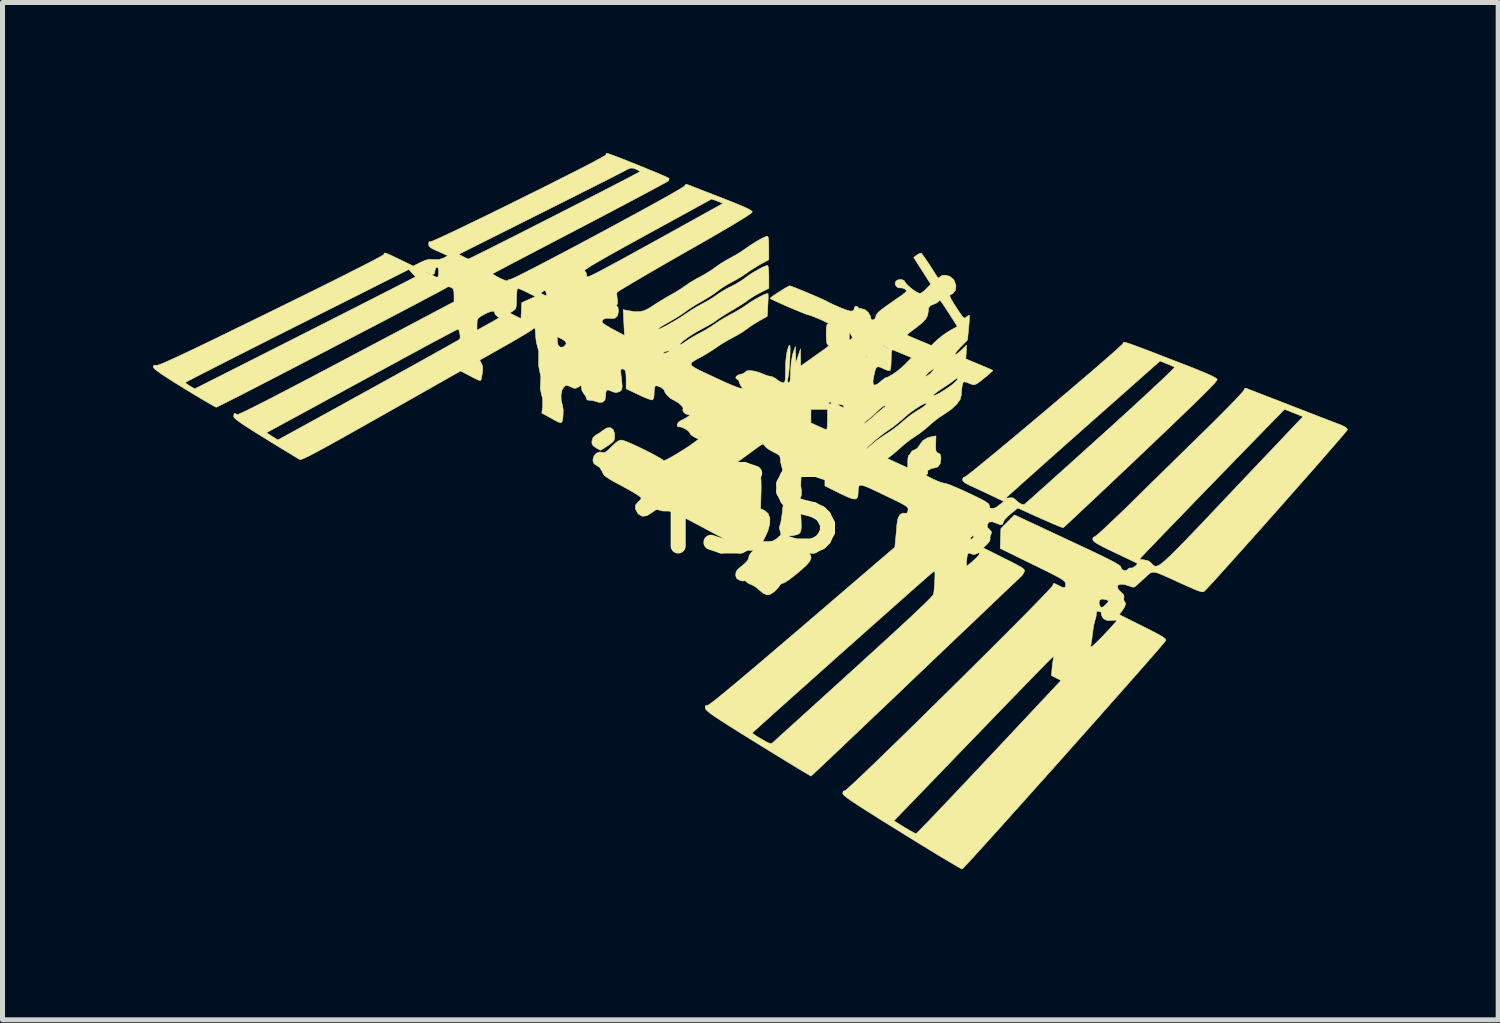
<source format=kicad_pcb>
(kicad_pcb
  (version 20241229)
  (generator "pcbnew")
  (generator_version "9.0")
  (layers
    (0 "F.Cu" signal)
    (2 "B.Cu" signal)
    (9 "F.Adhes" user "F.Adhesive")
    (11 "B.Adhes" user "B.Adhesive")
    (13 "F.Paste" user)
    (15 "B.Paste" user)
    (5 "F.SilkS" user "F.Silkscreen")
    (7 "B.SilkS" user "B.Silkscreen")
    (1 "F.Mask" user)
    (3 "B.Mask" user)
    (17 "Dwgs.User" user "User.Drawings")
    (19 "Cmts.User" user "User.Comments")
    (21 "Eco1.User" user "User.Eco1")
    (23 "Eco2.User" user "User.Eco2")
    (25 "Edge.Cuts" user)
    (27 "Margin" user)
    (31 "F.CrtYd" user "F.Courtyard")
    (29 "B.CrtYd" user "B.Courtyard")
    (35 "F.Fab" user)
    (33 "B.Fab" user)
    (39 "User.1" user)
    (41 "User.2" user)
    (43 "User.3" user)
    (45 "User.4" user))
  (footprint "ISS"
    (layer "F.Cu")
    (at 11.918 7.142)
    (property "Reference" "ISS" (at 0 0 0) (layer "F.SilkS") (effects (font (size 1.524 1.524) (thickness 0.3))))
    (attr through_hole)
    (fp_poly (pts (xy -2.75 -1.634) (xy -2.721 -1.558) (xy -2.718 -1.512) (xy -2.72 -1.449) (xy -2.735 -1.406) (xy -2.771 -1.368) (xy -2.839 -1.319) (xy -2.854 -1.309) (xy -2.925 -1.263) (xy -2.978 -1.23) (xy -3 -1.219) (xy -3.026 -1.231) (xy -3.078 -1.261) (xy -3.094 -1.271) (xy -3.15 -1.312) (xy -3.171 -1.357) (xy -3.17 -1.403) (xy -3.147 -1.475) (xy -3.087 -1.523) (xy -3.017 -1.565) (xy -2.962 -1.606) (xy -2.877 -1.661) (xy -2.804 -1.669) (xy -2.75 -1.634)) (stroke (width 0.01) (type solid)) (fill yes) (layer "F.SilkS"))
    (fp_poly (pts (xy 9.902 -2.44) (xy 9.982 -2.409) (xy 10.096 -2.365) (xy 10.238 -2.31) (xy 10.401 -2.247) (xy 10.579 -2.178) (xy 10.764 -2.106) (xy 10.952 -2.033) (xy 11.134 -1.962) (xy 11.305 -1.896) (xy 11.458 -1.837) (xy 11.587 -1.787) (xy 11.684 -1.75) (xy 11.744 -1.727) (xy 11.754 -1.723) (xy 11.842 -1.682) (xy 11.883 -1.644) (xy 11.887 -1.628) (xy 11.871 -1.605) (xy 11.823 -1.548) (xy 11.748 -1.459) (xy 11.648 -1.343) (xy 11.526 -1.203) (xy 11.385 -1.041) (xy 11.229 -0.862) (xy 11.059 -0.67) (xy 10.879 -0.466) (xy 10.693 -0.255) (xy 10.503 -0.04) (xy 10.312 0.175) (xy 10.123 0.388) (xy 9.939 0.594) (xy 9.764 0.791) (xy 9.599 0.974) (xy 9.449 1.141) (xy 9.316 1.289) (xy 9.203 1.413) (xy 9.113 1.51) (xy 9.049 1.578) (xy 9.045 1.582) (xy 9.027 1.597) (xy 9.006 1.604) (xy 8.973 1.601) (xy 8.922 1.586) (xy 8.847 1.556) (xy 8.741 1.51) (xy 8.596 1.445) (xy 8.571 1.434) (xy 8.396 1.354) (xy 8.261 1.293) (xy 8.159 1.25) (xy 8.085 1.223) (xy 8.03 1.212) (xy 7.988 1.215) (xy 7.953 1.231) (xy 7.918 1.26) (xy 7.876 1.3) (xy 7.854 1.32) (xy 7.778 1.388) (xy 7.713 1.448) (xy 7.671 1.485) (xy 7.668 1.488) (xy 7.635 1.51) (xy 7.595 1.508) (xy 7.536 1.486) (xy 7.436 1.456) (xy 7.36 1.452) (xy 7.313 1.471) (xy 7.3 1.51) (xy 7.327 1.563) (xy 7.368 1.602) (xy 7.421 1.654) (xy 7.436 1.699) (xy 7.432 1.721) (xy 7.429 1.769) (xy 7.441 1.79) (xy 7.466 1.832) (xy 7.45 1.898) (xy 7.403 1.972) (xy 7.339 2.057) (xy 7.809 2.292) (xy 7.969 2.372) (xy 8.088 2.434) (xy 8.172 2.48) (xy 8.226 2.515) (xy 8.256 2.541) (xy 8.266 2.562) (xy 8.265 2.575) (xy 8.246 2.6) (xy 8.196 2.66) (xy 8.118 2.752) (xy 8.013 2.872) (xy 7.884 3.02) (xy 7.735 3.19) (xy 7.566 3.381) (xy 7.382 3.59) (xy 7.184 3.813) (xy 6.976 4.049) (xy 6.759 4.293) (xy 6.536 4.544) (xy 6.309 4.799) (xy 6.082 5.054) (xy 5.857 5.306) (xy 5.635 5.554) (xy 5.421 5.794) (xy 5.216 6.022) (xy 5.023 6.238) (xy 4.844 6.436) (xy 4.682 6.616) (xy 4.539 6.773) (xy 4.419 6.905) (xy 4.323 7.009) (xy 4.254 7.083) (xy 4.215 7.122) (xy 4.207 7.129) (xy 4.181 7.117) (xy 4.115 7.08) (xy 4.015 7.021) (xy 3.883 6.943) (xy 3.725 6.848) (xy 3.543 6.737) (xy 3.343 6.615) (xy 3.128 6.482) (xy 3.004 6.405) (xy 2.745 6.244) (xy 2.62 6.167) (xy 2.848 6.167) (xy 3.056 6.296) (xy 3.148 6.351) (xy 3.225 6.394) (xy 3.276 6.42) (xy 3.289 6.424) (xy 3.31 6.405) (xy 3.363 6.353) (xy 3.446 6.268) (xy 3.555 6.155) (xy 3.688 6.016) (xy 3.843 5.853) (xy 4.017 5.67) (xy 4.208 5.468) (xy 4.412 5.252) (xy 4.627 5.023) (xy 4.747 4.896) (xy 6.178 3.37) (xy 6.083 3.321) (xy 5.988 3.272) (xy 6.001 3.116) (xy 6.011 3.023) (xy 6.024 2.946) (xy 6.033 2.908) (xy 6.037 2.898) (xy 6.039 2.89) (xy 6.036 2.888) (xy 6.027 2.893) (xy 6.01 2.907) (xy 5.983 2.932) (xy 5.943 2.97) (xy 5.889 3.024) (xy 5.819 3.095) (xy 5.73 3.185) (xy 5.621 3.297) (xy 5.49 3.433) (xy 5.334 3.594) (xy 5.151 3.782) (xy 4.94 4) (xy 4.699 4.25) (xy 4.424 4.534) (xy 4.323 4.639) (xy 2.848 6.167) (xy 2.62 6.167) (xy 2.526 6.108) (xy 2.344 5.993) (xy 2.196 5.899) (xy 2.078 5.822) (xy 1.987 5.761) (xy 1.92 5.713) (xy 1.875 5.677) (xy 1.846 5.65) (xy 1.832 5.63) (xy 1.829 5.617) (xy 1.839 5.574) (xy 1.866 5.571) (xy 1.889 5.556) (xy 1.945 5.507) (xy 2.032 5.428) (xy 2.146 5.321) (xy 2.285 5.189) (xy 2.446 5.035) (xy 2.626 4.861) (xy 2.822 4.67) (xy 3.033 4.465) (xy 3.254 4.249) (xy 3.483 4.024) (xy 3.718 3.793) (xy 3.955 3.559) (xy 4.192 3.325) (xy 4.427 3.092) (xy 4.655 2.865) (xy 4.829 2.692) (xy 6.768 2.692) (xy 6.774 2.704) (xy 6.811 2.68) (xy 6.879 2.618) (xy 6.978 2.519) (xy 7.019 2.477) (xy 7.112 2.378) (xy 7.191 2.293) (xy 7.25 2.226) (xy 7.284 2.186) (xy 7.289 2.178) (xy 7.267 2.169) (xy 7.212 2.171) (xy 7.188 2.175) (xy 7.094 2.173) (xy 7.024 2.139) (xy 6.988 2.079) (xy 6.985 2.053) (xy 6.98 2.014) (xy 6.974 2.007) (xy 6.945 1.999) (xy 6.924 1.991) (xy 6.893 1.992) (xy 6.883 2.033) (xy 6.883 2.04) (xy 6.874 2.113) (xy 6.855 2.176) (xy 6.838 2.237) (xy 6.821 2.329) (xy 6.807 2.433) (xy 6.806 2.438) (xy 6.794 2.541) (xy 6.78 2.631) (xy 6.769 2.69) (xy 6.768 2.692) (xy 4.829 2.692) (xy 4.875 2.646) (xy 5.084 2.437) (xy 5.279 2.241) (xy 5.458 2.061) (xy 5.616 1.9) (xy 5.709 1.805) (xy 6.937 1.805) (xy 6.942 1.861) (xy 6.962 1.895) (xy 6.987 1.914) (xy 7.018 1.904) (xy 7.065 1.863) (xy 7.107 1.817) (xy 7.125 1.786) (xy 7.124 1.781) (xy 7.093 1.765) (xy 7.028 1.751) (xy 6.998 1.747) (xy 6.957 1.761) (xy 6.937 1.805) (xy 5.709 1.805) (xy 5.753 1.76) (xy 5.864 1.644) (xy 5.947 1.556) (xy 6 1.497) (xy 6.02 1.47) (xy 6.02 1.469) (xy 6.023 1.441) (xy 6.039 1.436) (xy 6.082 1.453) (xy 6.12 1.473) (xy 6.202 1.511) (xy 6.249 1.52) (xy 6.269 1.499) (xy 6.269 1.448) (xy 6.265 1.425) (xy 6.254 1.403) (xy 6.23 1.379) (xy 6.191 1.351) (xy 6.129 1.314) (xy 6.04 1.267) (xy 5.92 1.206) (xy 5.762 1.128) (xy 5.613 1.055) (xy 4.966 0.738) (xy 4.98 0.343) (xy 5.116 0.207) (xy 5.251 0.071) (xy 6.315 0.568) (xy 6.569 0.687) (xy 6.78 0.786) (xy 6.953 0.869) (xy 7.09 0.936) (xy 7.195 0.989) (xy 7.272 1.031) (xy 7.325 1.063) (xy 7.357 1.086) (xy 7.371 1.104) (xy 7.373 1.114) (xy 7.389 1.153) (xy 7.431 1.177) (xy 7.479 1.178) (xy 7.511 1.152) (xy 7.511 1.152) (xy 7.543 1.128) (xy 7.568 1.13) (xy 7.604 1.124) (xy 7.649 1.099) (xy 7.685 1.067) (xy 7.698 1.039) (xy 7.694 1.034) (xy 7.669 1.021) (xy 7.605 0.99) (xy 7.51 0.944) (xy 7.507 0.943) (xy 7.751 0.943) (xy 7.767 0.958) (xy 7.818 0.965) (xy 7.829 0.965) (xy 7.922 0.987) (xy 7.976 1.029) (xy 7.998 1.053) (xy 8.019 1.074) (xy 8.041 1.088) (xy 8.065 1.094) (xy 8.095 1.089) (xy 8.133 1.072) (xy 8.18 1.039) (xy 8.24 0.991) (xy 8.315 0.923) (xy 8.408 0.834) (xy 8.519 0.722) (xy 8.653 0.585) (xy 8.811 0.42) (xy 8.996 0.227) (xy 9.21 0.001) (xy 9.455 -0.258) (xy 9.588 -0.399) (xy 11.001 -1.889) (xy 10.817 -1.962) (xy 10.633 -2.035) (xy 10.49 -1.887) (xy 10.25 -1.642) (xy 10.007 -1.392) (xy 9.764 -1.143) (xy 9.524 -0.895) (xy 9.288 -0.652) (xy 9.059 -0.416) (xy 8.84 -0.191) (xy 8.635 0.022) (xy 8.444 0.22) (xy 8.271 0.399) (xy 8.118 0.557) (xy 7.989 0.692) (xy 7.884 0.801) (xy 7.809 0.881) (xy 7.763 0.929) (xy 7.751 0.943) (xy 7.507 0.943) (xy 7.391 0.888) (xy 7.255 0.823) (xy 7.252 0.822) (xy 7.093 0.746) (xy 6.976 0.686) (xy 6.895 0.641) (xy 6.844 0.606) (xy 6.818 0.579) (xy 6.812 0.563) (xy 6.819 0.517) (xy 6.844 0.508) (xy 6.87 0.491) (xy 6.929 0.442) (xy 7.015 0.365) (xy 7.123 0.264) (xy 7.251 0.143) (xy 7.393 0.007) (xy 7.538 -0.134) (xy 7.708 -0.301) (xy 7.905 -0.495) (xy 8.121 -0.707) (xy 8.347 -0.928) (xy 8.574 -1.151) (xy 8.794 -1.365) (xy 8.996 -1.564) (xy 9.004 -1.571) (xy 9.173 -1.737) (xy 9.33 -1.894) (xy 9.472 -2.037) (xy 9.596 -2.163) (xy 9.696 -2.268) (xy 9.77 -2.348) (xy 9.814 -2.399) (xy 9.825 -2.417) (xy 9.844 -2.453) (xy 9.864 -2.456) (xy 9.902 -2.44)) (stroke (width 0.01) (type solid)) (fill yes) (layer "F.SilkS"))
    (fp_poly (pts (xy -2.839 -7.128) (xy -2.769 -7.103) (xy -2.667 -7.065) (xy -2.543 -7.017) (xy -2.403 -6.961) (xy -2.255 -6.902) (xy -2.108 -6.842) (xy -1.968 -6.785) (xy -1.843 -6.733) (xy -1.74 -6.689) (xy -1.669 -6.657) (xy -1.635 -6.639) (xy -1.633 -6.638) (xy -1.639 -6.6) (xy -1.645 -6.589) (xy -1.67 -6.573) (xy -1.737 -6.535) (xy -1.841 -6.478) (xy -1.981 -6.403) (xy -2.151 -6.312) (xy -2.349 -6.207) (xy -2.571 -6.089) (xy -2.814 -5.961) (xy -3.074 -5.824) (xy -3.348 -5.681) (xy -3.404 -5.652) (xy -3.679 -5.508) (xy -3.942 -5.371) (xy -4.188 -5.242) (xy -4.413 -5.124) (xy -4.616 -5.018) (xy -4.791 -4.926) (xy -4.935 -4.85) (xy -5.046 -4.792) (xy -5.119 -4.753) (xy -5.151 -4.736) (xy -5.152 -4.735) (xy -5.136 -4.721) (xy -5.085 -4.691) (xy -5.01 -4.651) (xy -5.006 -4.649) (xy -4.93 -4.614) (xy -4.874 -4.595) (xy -4.851 -4.596) (xy -4.851 -4.597) (xy -4.83 -4.618) (xy -4.799 -4.623) (xy -4.765 -4.635) (xy -4.692 -4.668) (xy -4.583 -4.722) (xy -4.443 -4.793) (xy -4.437 -4.796) (xy -3.317 -4.796) (xy -3.316 -4.795) (xy -3.285 -4.754) (xy -3.277 -4.711) (xy -3.275 -4.687) (xy -3.264 -4.675) (xy -3.238 -4.679) (xy -3.189 -4.699) (xy -3.109 -4.738) (xy -2.991 -4.799) (xy -2.991 -4.799) (xy -2.91 -4.842) (xy -2.79 -4.907) (xy -2.637 -4.989) (xy -2.458 -5.087) (xy -2.259 -5.197) (xy -2.044 -5.315) (xy -1.821 -5.438) (xy -1.631 -5.543) (xy -0.557 -6.139) (xy -0.67 -6.183) (xy -0.784 -6.226) (xy -2.07 -5.521) (xy -2.359 -5.362) (xy -2.606 -5.226) (xy -2.812 -5.111) (xy -2.98 -5.015) (xy -3.112 -4.939) (xy -3.209 -4.88) (xy -3.274 -4.837) (xy -3.31 -4.81) (xy -3.317 -4.796) (xy -4.437 -4.796) (xy -4.275 -4.879) (xy -4.085 -4.978) (xy -3.875 -5.088) (xy -3.651 -5.206) (xy -3.417 -5.33) (xy -3.176 -5.459) (xy -2.934 -5.589) (xy -2.694 -5.718) (xy -2.46 -5.845) (xy -2.237 -5.966) (xy -2.029 -6.08) (xy -1.839 -6.185) (xy -1.673 -6.277) (xy -1.535 -6.356) (xy -1.429 -6.418) (xy -1.358 -6.461) (xy -1.327 -6.483) (xy -1.326 -6.485) (xy -1.3 -6.518) (xy -1.273 -6.516) (xy -1.239 -6.503) (xy -1.164 -6.474) (xy -1.056 -6.432) (xy -0.92 -6.379) (xy -0.764 -6.318) (xy -0.603 -6.256) (xy -0.403 -6.177) (xy -0.246 -6.114) (xy -0.129 -6.064) (xy -0.048 -6.025) (xy 0.002 -5.996) (xy 0.023 -5.975) (xy 0.025 -5.968) (xy 0.009 -5.949) (xy -0.041 -5.912) (xy -0.126 -5.856) (xy -0.248 -5.781) (xy -0.408 -5.685) (xy -0.607 -5.568) (xy -0.848 -5.429) (xy -1.13 -5.267) (xy -1.319 -5.16) (xy -1.558 -5.023) (xy -1.785 -4.893) (xy -1.994 -4.772) (xy -2.182 -4.662) (xy -2.345 -4.566) (xy -2.48 -4.486) (xy -2.582 -4.424) (xy -2.647 -4.383) (xy -2.673 -4.364) (xy -2.673 -4.363) (xy -2.675 -4.32) (xy -2.668 -4.25) (xy -2.665 -4.23) (xy -2.658 -4.147) (xy -2.676 -4.109) (xy -2.691 -4.093) (xy -2.673 -4.09) (xy -2.651 -4.066) (xy -2.642 -3.999) (xy -2.642 -3.989) (xy -2.658 -3.901) (xy -2.707 -3.852) (xy -2.788 -3.843) (xy -2.822 -3.849) (xy -2.896 -3.849) (xy -2.951 -3.822) (xy -2.972 -3.775) (xy -2.951 -3.751) (xy -2.894 -3.711) (xy -2.811 -3.661) (xy -2.747 -3.626) (xy -2.522 -3.506) (xy -2.535 -3.763) (xy -2.547 -4.02) (xy -2.448 -4.001) (xy -2.316 -3.981) (xy -2.215 -3.98) (xy -2.127 -4.002) (xy -2.034 -4.048) (xy -1.964 -4.093) (xy -1.851 -4.166) (xy -1.723 -4.244) (xy -1.613 -4.307) (xy -1.505 -4.368) (xy -1.395 -4.437) (xy -1.308 -4.497) (xy -1.215 -4.56) (xy -1.103 -4.627) (xy -1.016 -4.674) (xy -0.905 -4.736) (xy -0.788 -4.809) (xy -0.711 -4.864) (xy -0.61 -4.935) (xy -0.492 -5.007) (xy -0.406 -5.054) (xy -0.299 -5.113) (xy -0.189 -5.181) (xy -0.114 -5.233) (xy -0.03 -5.293) (xy 0.066 -5.354) (xy 0.162 -5.411) (xy 0.247 -5.456) (xy 0.308 -5.482) (xy 0.328 -5.486) (xy 0.343 -5.461) (xy 0.352 -5.388) (xy 0.355 -5.268) (xy 0.355 -5.251) (xy 0.355 -5.016) (xy 0.197 -4.93) (xy 0.091 -4.868) (xy -0.018 -4.798) (xy -0.089 -4.748) (xy -0.182 -4.685) (xy -0.294 -4.618) (xy -0.381 -4.571) (xy -0.485 -4.514) (xy -0.59 -4.447) (xy -0.66 -4.395) (xy -0.738 -4.337) (xy -0.841 -4.27) (xy -0.951 -4.204) (xy -0.978 -4.189) (xy -1.087 -4.127) (xy -1.196 -4.058) (xy -1.285 -3.998) (xy -1.301 -3.985) (xy -1.379 -3.93) (xy -1.484 -3.863) (xy -1.597 -3.796) (xy -1.637 -3.773) (xy -1.73 -3.721) (xy -1.803 -3.675) (xy -1.846 -3.643) (xy -1.854 -3.633) (xy -1.834 -3.633) (xy -1.78 -3.655) (xy -1.701 -3.695) (xy -1.605 -3.748) (xy -1.502 -3.808) (xy -1.399 -3.871) (xy -1.307 -3.933) (xy -1.295 -3.941) (xy -1.187 -4.013) (xy -1.067 -4.086) (xy -0.967 -4.14) (xy -0.859 -4.199) (xy -0.747 -4.268) (xy -0.674 -4.32) (xy -0.574 -4.387) (xy -0.46 -4.452) (xy -0.398 -4.482) (xy -0.294 -4.536) (xy -0.183 -4.605) (xy -0.121 -4.65) (xy -0.041 -4.708) (xy 0.054 -4.769) (xy 0.152 -4.825) (xy 0.24 -4.87) (xy 0.306 -4.897) (xy 0.329 -4.902) (xy 0.342 -4.878) (xy 0.351 -4.81) (xy 0.355 -4.704) (xy 0.356 -4.674) (xy 0.356 -4.446) (xy 0.197 -4.366) (xy 0.099 -4.313) (xy 0.006 -4.256) (xy -0.053 -4.215) (xy -0.115 -4.17) (xy -0.206 -4.111) (xy -0.312 -4.046) (xy -0.368 -4.013) (xy -0.475 -3.949) (xy -0.576 -3.886) (xy -0.656 -3.833) (xy -0.684 -3.812) (xy -0.751 -3.765) (xy -0.846 -3.709) (xy -0.949 -3.653) (xy -0.963 -3.646) (xy -1.069 -3.588) (xy -1.175 -3.524) (xy -1.273 -3.458) (xy -1.353 -3.398) (xy -1.406 -3.35) (xy -1.422 -3.322) (xy -1.404 -3.323) (xy -1.357 -3.348) (xy -1.302 -3.386) (xy -1.213 -3.445) (xy -1.104 -3.509) (xy -1.016 -3.556) (xy -0.908 -3.614) (xy -0.797 -3.683) (xy -0.722 -3.734) (xy -0.632 -3.795) (xy -0.521 -3.862) (xy -0.411 -3.922) (xy -0.41 -3.923) (xy -0.296 -3.985) (xy -0.177 -4.057) (xy -0.08 -4.122) (xy 0.002 -4.178) (xy 0.094 -4.234) (xy 0.185 -4.283) (xy 0.263 -4.321) (xy 0.319 -4.341) (xy 0.339 -4.341) (xy 0.342 -4.313) (xy 0.342 -4.246) (xy 0.338 -4.153) (xy 0.336 -4.109) (xy 0.324 -3.887) (xy 0.168 -3.8) (xy 0.07 -3.741) (xy -0.027 -3.677) (xy -0.089 -3.632) (xy -0.164 -3.579) (xy -0.264 -3.518) (xy -0.367 -3.462) (xy -0.368 -3.462) (xy -0.477 -3.403) (xy -0.588 -3.336) (xy -0.673 -3.279) (xy -0.762 -3.218) (xy -0.872 -3.149) (xy -0.978 -3.087) (xy -1.072 -3.037) (xy -1.141 -2.997) (xy -1.184 -2.964) (xy -1.197 -2.933) (xy -1.178 -2.901) (xy -1.124 -2.863) (xy -1.032 -2.814) (xy -0.901 -2.752) (xy -0.727 -2.671) (xy -0.717 -2.666) (xy -0.525 -2.577) (xy -0.375 -2.512) (xy -0.268 -2.47) (xy -0.201 -2.45) (xy -0.173 -2.453) (xy -0.183 -2.478) (xy -0.2 -2.497) (xy -0.226 -2.546) (xy -0.229 -2.568) (xy -0.248 -2.613) (xy -0.267 -2.625) (xy -0.303 -2.654) (xy -0.297 -2.689) (xy -0.252 -2.719) (xy -0.215 -2.729) (xy -0.151 -2.749) (xy -0.113 -2.777) (xy -0.111 -2.782) (xy -0.078 -2.803) (xy -0.011 -2.806) (xy 0.075 -2.794) (xy 0.168 -2.767) (xy 0.234 -2.74) (xy 0.309 -2.709) (xy 0.375 -2.693) (xy 0.387 -2.692) (xy 0.444 -2.676) (xy 0.507 -2.635) (xy 0.513 -2.629) (xy 0.573 -2.586) (xy 0.628 -2.566) (xy 0.634 -2.565) (xy 0.658 -2.569) (xy 0.673 -2.585) (xy 0.682 -2.624) (xy 0.685 -2.695) (xy 0.686 -2.807) (xy 0.686 -2.808) (xy 0.691 -2.965) (xy 0.705 -3.105) (xy 0.726 -3.218) (xy 0.754 -3.294) (xy 0.768 -3.315) (xy 0.776 -3.302) (xy 0.78 -3.249) (xy 0.779 -3.166) (xy 0.776 -3.063) (xy 0.769 -2.952) (xy 0.761 -2.842) (xy 0.75 -2.743) (xy 0.738 -2.667) (xy 0.737 -2.661) (xy 0.727 -2.597) (xy 0.737 -2.569) (xy 0.752 -2.565) (xy 0.77 -2.577) (xy 0.776 -2.597) (xy 2.431 -2.597) (xy 2.435 -2.535) (xy 2.465 -2.515) (xy 2.521 -2.538) (xy 2.587 -2.591) (xy 2.642 -2.637) (xy 2.682 -2.664) (xy 2.691 -2.667) (xy 2.742 -2.683) (xy 2.765 -2.697) (xy 3.48 -2.697) (xy 3.487 -2.692) (xy 3.525 -2.71) (xy 3.578 -2.752) (xy 3.594 -2.769) (xy 3.634 -2.815) (xy 3.649 -2.842) (xy 3.647 -2.845) (xy 3.617 -2.829) (xy 3.565 -2.79) (xy 3.539 -2.769) (xy 3.495 -2.724) (xy 3.48 -2.697) (xy 2.765 -2.697) (xy 2.817 -2.726) (xy 2.906 -2.788) (xy 2.996 -2.861) (xy 3.068 -2.928) (xy 3.202 -3.064) (xy 3.03 -3.135) (xy 2.941 -3.172) (xy 2.869 -3.201) (xy 2.827 -3.218) (xy 2.826 -3.219) (xy 2.809 -3.212) (xy 2.799 -3.171) (xy 2.795 -3.089) (xy 2.794 -3.027) (xy 2.791 -2.93) (xy 2.784 -2.853) (xy 2.773 -2.811) (xy 2.769 -2.807) (xy 2.731 -2.807) (xy 2.675 -2.828) (xy 2.674 -2.828) (xy 2.586 -2.87) (xy 2.531 -2.884) (xy 2.499 -2.868) (xy 2.477 -2.82) (xy 2.468 -2.788) (xy 2.448 -2.698) (xy 2.433 -2.613) (xy 2.431 -2.597) (xy 0.776 -2.597) (xy 0.781 -2.617) (xy 0.787 -2.694) (xy 0.789 -2.788) (xy 0.801 -2.977) (xy 0.831 -3.131) (xy 0.837 -3.15) (xy 0.884 -3.289) (xy 0.894 -2.959) (xy 0.94 -3.099) (xy 0.986 -3.239) (xy 0.988 -3.068) (xy 0.991 -2.897) (xy 1.258 -3.086) (xy 2.286 -3.086) (xy 2.299 -3.073) (xy 2.311 -3.086) (xy 2.299 -3.099) (xy 2.286 -3.086) (xy 1.258 -3.086) (xy 1.264 -3.09) (xy 1.382 -3.174) (xy 1.465 -3.233) (xy 1.506 -3.264) (xy 2.692 -3.264) (xy 2.705 -3.251) (xy 2.718 -3.264) (xy 2.705 -3.277) (xy 2.692 -3.264) (xy 1.506 -3.264) (xy 1.517 -3.272) (xy 1.536 -3.289) (xy 2.642 -3.289) (xy 2.654 -3.277) (xy 2.667 -3.289) (xy 2.654 -3.302) (xy 2.642 -3.289) (xy 1.536 -3.289) (xy 1.544 -3.296) (xy 1.551 -3.308) (xy 1.545 -3.315) (xy 1.53 -3.32) (xy 1.512 -3.35) (xy 1.502 -3.424) (xy 1.5 -3.496) (xy 1.958 -3.496) (xy 1.959 -3.435) (xy 1.97 -3.415) (xy 1.994 -3.429) (xy 1.994 -3.429) (xy 2.018 -3.469) (xy 2.01 -3.49) (xy 1.996 -3.514) (xy 3.107 -3.514) (xy 3.132 -3.502) (xy 3.193 -3.475) (xy 3.281 -3.437) (xy 3.354 -3.406) (xy 3.594 -3.306) (xy 3.708 -3.415) (xy 3.797 -3.49) (xy 3.903 -3.565) (xy 3.968 -3.605) (xy 4.113 -3.686) (xy 3.971 -3.907) (xy 3.893 -4.029) (xy 3.837 -4.114) (xy 3.8 -4.167) (xy 3.776 -4.196) (xy 3.761 -4.204) (xy 3.75 -4.197) (xy 3.737 -4.182) (xy 3.736 -4.181) (xy 3.69 -4.148) (xy 3.638 -4.128) (xy 3.572 -4.1) (xy 3.539 -4.051) (xy 3.531 -3.972) (xy 3.519 -3.903) (xy 3.481 -3.834) (xy 3.41 -3.759) (xy 3.301 -3.67) (xy 3.264 -3.642) (xy 3.188 -3.585) (xy 3.133 -3.541) (xy 3.107 -3.516) (xy 3.107 -3.514) (xy 1.996 -3.514) (xy 1.981 -3.539) (xy 1.974 -3.556) (xy 1.965 -3.559) (xy 1.959 -3.52) (xy 1.958 -3.496) (xy 1.5 -3.496) (xy 1.499 -3.533) (xy 1.5 -3.634) (xy 1.506 -3.695) (xy 1.518 -3.725) (xy 1.538 -3.734) (xy 1.543 -3.734) (xy 1.542 -3.744) (xy 1.502 -3.768) (xy 1.43 -3.804) (xy 1.386 -3.823) (xy 1.292 -3.863) (xy 1.214 -3.894) (xy 1.166 -3.91) (xy 1.158 -3.912) (xy 1.124 -3.921) (xy 1.055 -3.947) (xy 0.96 -3.985) (xy 0.85 -4.031) (xy 0.733 -4.08) (xy 0.62 -4.13) (xy 0.518 -4.176) (xy 0.439 -4.213) (xy 0.391 -4.239) (xy 0.381 -4.246) (xy 0.401 -4.266) (xy 0.453 -4.303) (xy 0.524 -4.351) (xy 0.604 -4.402) (xy 0.679 -4.449) (xy 0.739 -4.482) (xy 0.77 -4.496) (xy 0.771 -4.496) (xy 0.802 -4.486) (xy 0.87 -4.461) (xy 0.964 -4.423) (xy 1.074 -4.378) (xy 1.191 -4.329) (xy 1.304 -4.281) (xy 1.402 -4.237) (xy 1.477 -4.204) (xy 1.518 -4.183) (xy 1.52 -4.181) (xy 1.558 -4.16) (xy 1.63 -4.126) (xy 1.725 -4.084) (xy 1.778 -4.061) (xy 1.898 -4.014) (xy 1.98 -3.992) (xy 2.029 -3.995) (xy 2.053 -4.022) (xy 2.057 -4.056) (xy 2.078 -4.086) (xy 2.095 -4.089) (xy 2.129 -4.076) (xy 2.134 -4.064) (xy 2.156 -4.046) (xy 2.208 -4.039) (xy 2.277 -4.017) (xy 2.339 -3.962) (xy 2.38 -3.891) (xy 2.388 -3.849) (xy 2.403 -3.817) (xy 2.437 -3.816) (xy 2.471 -3.841) (xy 2.485 -3.874) (xy 2.494 -3.908) (xy 2.512 -3.94) (xy 2.544 -3.975) (xy 2.598 -4.02) (xy 2.679 -4.08) (xy 2.794 -4.161) (xy 2.838 -4.191) (xy 2.952 -4.27) (xy 3.03 -4.326) (xy 3.076 -4.364) (xy 3.096 -4.39) (xy 3.095 -4.408) (xy 3.078 -4.424) (xy 3.072 -4.428) (xy 3.018 -4.452) (xy 2.981 -4.453) (xy 2.931 -4.457) (xy 2.888 -4.494) (xy 2.87 -4.547) (xy 2.891 -4.593) (xy 2.94 -4.618) (xy 3 -4.622) (xy 3.05 -4.6) (xy 3.068 -4.574) (xy 3.1 -4.53) (xy 3.159 -4.473) (xy 3.231 -4.416) (xy 3.302 -4.369) (xy 3.356 -4.345) (xy 3.366 -4.343) (xy 3.406 -4.361) (xy 3.463 -4.405) (xy 3.494 -4.436) (xy 3.582 -4.529) (xy 3.243 -5.061) (xy 3.304 -5.108) (xy 3.355 -5.139) (xy 3.389 -5.148) (xy 3.411 -5.124) (xy 3.455 -5.065) (xy 3.515 -4.978) (xy 3.585 -4.872) (xy 3.661 -4.752) (xy 3.71 -4.674) (xy 3.737 -4.651) (xy 3.752 -4.663) (xy 3.808 -4.702) (xy 3.883 -4.708) (xy 3.962 -4.683) (xy 4.028 -4.632) (xy 4.052 -4.596) (xy 4.085 -4.494) (xy 4.074 -4.407) (xy 4.023 -4.342) (xy 3.967 -4.314) (xy 3.962 -4.291) (xy 3.988 -4.232) (xy 4.045 -4.135) (xy 4.089 -4.067) (xy 4.157 -3.964) (xy 4.203 -3.899) (xy 4.235 -3.864) (xy 4.258 -3.853) (xy 4.279 -3.862) (xy 4.294 -3.875) (xy 4.334 -3.905) (xy 4.352 -3.909) (xy 4.354 -3.881) (xy 4.351 -3.814) (xy 4.344 -3.72) (xy 4.338 -3.658) (xy 4.315 -3.416) (xy 4.171 -3.27) (xy 4.102 -3.193) (xy 4.069 -3.143) (xy 4.07 -3.124) (xy 4.104 -3.139) (xy 4.169 -3.192) (xy 4.198 -3.219) (xy 4.296 -3.315) (xy 4.282 -3.039) (xy 4.546 -2.929) (xy 4.652 -2.884) (xy 4.739 -2.847) (xy 4.798 -2.82) (xy 4.819 -2.81) (xy 4.804 -2.791) (xy 4.758 -2.749) (xy 4.689 -2.689) (xy 4.645 -2.654) (xy 4.559 -2.585) (xy 4.5 -2.543) (xy 4.46 -2.525) (xy 4.425 -2.524) (xy 4.387 -2.537) (xy 4.384 -2.538) (xy 4.3 -2.571) (xy 4.251 -2.582) (xy 4.226 -2.568) (xy 4.213 -2.527) (xy 4.208 -2.498) (xy 4.196 -2.408) (xy 4.191 -2.322) (xy 4.191 -2.318) (xy 4.168 -2.231) (xy 4.1 -2.136) (xy 3.994 -2.037) (xy 3.856 -1.942) (xy 3.852 -1.94) (xy 3.748 -1.871) (xy 3.637 -1.786) (xy 3.556 -1.715) (xy 3.463 -1.634) (xy 3.358 -1.553) (xy 3.277 -1.498) (xy 3.178 -1.431) (xy 3.072 -1.35) (xy 3.01 -1.296) (xy 2.929 -1.225) (xy 2.85 -1.157) (xy 2.8 -1.116) (xy 2.718 -1.053) (xy 2.921 -0.96) (xy 3.124 -0.868) (xy 3.124 -0.993) (xy 3.128 -1.064) (xy 3.139 -1.11) (xy 3.147 -1.118) (xy 3.171 -1.139) (xy 3.182 -1.166) (xy 3.214 -1.208) (xy 3.255 -1.223) (xy 3.314 -1.256) (xy 3.353 -1.311) (xy 3.422 -1.408) (xy 3.52 -1.468) (xy 3.592 -1.487) (xy 3.687 -1.505) (xy 3.683 -1.394) (xy 3.68 -1.287) (xy 3.684 -1.221) (xy 3.696 -1.184) (xy 3.72 -1.166) (xy 3.734 -1.161) (xy 3.768 -1.141) (xy 3.783 -1.093) (xy 3.785 -1.046) (xy 3.768 -0.947) (xy 3.721 -0.885) (xy 3.645 -0.864) (xy 3.645 -0.864) (xy 3.591 -0.854) (xy 3.568 -0.838) (xy 3.539 -0.822) (xy 3.531 -0.825) (xy 3.52 -0.816) (xy 3.523 -0.787) (xy 3.522 -0.746) (xy 3.489 -0.735) (xy 3.483 -0.726) (xy 3.513 -0.703) (xy 3.57 -0.672) (xy 3.642 -0.637) (xy 3.718 -0.603) (xy 3.79 -0.577) (xy 3.844 -0.561) (xy 3.861 -0.56) (xy 3.904 -0.549) (xy 3.984 -0.52) (xy 4.092 -0.475) (xy 4.219 -0.419) (xy 4.337 -0.364) (xy 4.487 -0.293) (xy 4.596 -0.238) (xy 4.671 -0.197) (xy 4.717 -0.165) (xy 4.742 -0.14) (xy 4.75 -0.116) (xy 4.75 -0.112) (xy 4.762 -0.067) (xy 4.807 -0.058) (xy 4.807 -0.058) (xy 4.864 -0.069) (xy 4.889 -0.082) (xy 4.927 -0.111) (xy 4.978 -0.15) (xy 5.042 -0.198) (xy 4.899 -0.266) (xy 5.08 -0.266) (xy 5.102 -0.263) (xy 5.153 -0.27) (xy 5.154 -0.27) (xy 5.221 -0.27) (xy 5.272 -0.232) (xy 5.275 -0.229) (xy 5.332 -0.177) (xy 5.395 -0.142) (xy 5.442 -0.135) (xy 5.464 -0.153) (xy 5.52 -0.201) (xy 5.608 -0.279) (xy 5.725 -0.384) (xy 5.869 -0.512) (xy 6.035 -0.661) (xy 6.222 -0.829) (xy 6.427 -1.013) (xy 6.646 -1.211) (xy 6.877 -1.419) (xy 6.962 -1.496) (xy 7.196 -1.707) (xy 7.418 -1.909) (xy 7.626 -2.099) (xy 7.816 -2.274) (xy 7.986 -2.432) (xy 8.134 -2.57) (xy 8.256 -2.685) (xy 8.349 -2.774) (xy 8.411 -2.836) (xy 8.44 -2.868) (xy 8.441 -2.872) (xy 8.407 -2.892) (xy 8.342 -2.921) (xy 8.286 -2.944) (xy 8.152 -2.997) (xy 6.616 -1.637) (xy 6.378 -1.426) (xy 6.151 -1.224) (xy 5.938 -1.035) (xy 5.743 -0.861) (xy 5.567 -0.704) (xy 5.414 -0.568) (xy 5.286 -0.453) (xy 5.186 -0.364) (xy 5.118 -0.302) (xy 5.084 -0.27) (xy 5.08 -0.266) (xy 4.899 -0.266) (xy 4.762 -0.331) (xy 4.638 -0.389) (xy 4.516 -0.446) (xy 4.412 -0.495) (xy 4.35 -0.523) (xy 4.267 -0.567) (xy 4.225 -0.606) (xy 4.216 -0.636) (xy 4.231 -0.676) (xy 4.253 -0.681) (xy 4.278 -0.695) (xy 4.338 -0.74) (xy 4.43 -0.812) (xy 4.549 -0.908) (xy 4.692 -1.026) (xy 4.857 -1.161) (xy 5.038 -1.312) (xy 5.234 -1.474) (xy 5.439 -1.646) (xy 5.651 -1.824) (xy 5.866 -2.005) (xy 6.081 -2.187) (xy 6.291 -2.365) (xy 6.494 -2.538) (xy 6.686 -2.701) (xy 6.863 -2.853) (xy 7.021 -2.991) (xy 7.158 -3.11) (xy 7.27 -3.209) (xy 7.352 -3.284) (xy 7.402 -3.332) (xy 7.417 -3.349) (xy 7.417 -3.361) (xy 7.422 -3.368) (xy 7.436 -3.371) (xy 7.462 -3.367) (xy 7.505 -3.355) (xy 7.569 -3.334) (xy 7.659 -3.301) (xy 7.778 -3.257) (xy 7.931 -3.199) (xy 8.122 -3.125) (xy 8.356 -3.035) (xy 8.407 -3.015) (xy 8.642 -2.924) (xy 8.834 -2.849) (xy 8.986 -2.787) (xy 9.102 -2.738) (xy 9.186 -2.7) (xy 9.243 -2.67) (xy 9.276 -2.648) (xy 9.29 -2.631) (xy 9.291 -2.627) (xy 9.282 -2.608) (xy 9.251 -2.569) (xy 9.196 -2.509) (xy 9.115 -2.425) (xy 9.008 -2.318) (xy 8.873 -2.185) (xy 8.708 -2.025) (xy 8.511 -1.836) (xy 8.282 -1.616) (xy 8.018 -1.365) (xy 7.771 -1.13) (xy 7.537 -0.908) (xy 7.313 -0.697) (xy 7.103 -0.498) (xy 6.908 -0.314) (xy 6.732 -0.149) (xy 6.578 -0.004) (xy 6.448 0.118) (xy 6.345 0.214) (xy 6.272 0.282) (xy 6.231 0.319) (xy 6.223 0.325) (xy 6.194 0.318) (xy 6.127 0.292) (xy 6.029 0.251) (xy 5.907 0.198) (xy 5.769 0.137) (xy 5.76 0.133) (xy 5.317 -0.067) (xy 5.175 0.049) (xy 5.104 0.112) (xy 5.053 0.168) (xy 5.031 0.206) (xy 5.031 0.208) (xy 5.014 0.257) (xy 4.967 0.266) (xy 4.904 0.242) (xy 4.811 0.207) (xy 4.746 0.213) (xy 4.71 0.259) (xy 4.71 0.313) (xy 4.752 0.362) (xy 4.791 0.402) (xy 4.791 0.438) (xy 4.781 0.458) (xy 4.763 0.513) (xy 4.766 0.545) (xy 4.758 0.59) (xy 4.711 0.649) (xy 4.704 0.656) (xy 4.628 0.727) (xy 5.046 0.936) (xy 5.194 1.01) (xy 5.302 1.066) (xy 5.375 1.107) (xy 5.421 1.138) (xy 5.444 1.162) (xy 5.45 1.184) (xy 5.447 1.201) (xy 5.413 1.264) (xy 5.385 1.295) (xy 5.361 1.318) (xy 5.303 1.373) (xy 5.212 1.458) (xy 5.092 1.572) (xy 4.945 1.712) (xy 4.773 1.876) (xy 4.579 2.061) (xy 4.365 2.265) (xy 4.132 2.486) (xy 3.885 2.721) (xy 3.625 2.969) (xy 3.355 3.227) (xy 3.276 3.302) (xy 3.004 3.562) (xy 2.742 3.812) (xy 2.492 4.049) (xy 2.258 4.272) (xy 2.04 4.479) (xy 1.842 4.667) (xy 1.667 4.833) (xy 1.515 4.977) (xy 1.39 5.095) (xy 1.295 5.185) (xy 1.23 5.245) (xy 1.199 5.273) (xy 1.197 5.275) (xy 1.173 5.263) (xy 1.11 5.226) (xy 1.012 5.168) (xy 0.884 5.091) (xy 0.73 4.997) (xy 0.554 4.889) (xy 0.36 4.77) (xy 0.153 4.642) (xy 0.14 4.634) (xy -0.102 4.484) (xy -0.21 4.417) (xy 0.026 4.417) (xy 0.046 4.436) (xy 0.101 4.473) (xy 0.179 4.521) (xy 0.21 4.539) (xy 0.3 4.591) (xy 0.358 4.619) (xy 0.394 4.628) (xy 0.421 4.619) (xy 0.444 4.6) (xy 0.471 4.576) (xy 0.532 4.521) (xy 0.624 4.436) (xy 0.746 4.326) (xy 0.894 4.192) (xy 1.065 4.036) (xy 1.257 3.863) (xy 1.466 3.673) (xy 1.689 3.471) (xy 1.924 3.257) (xy 2.057 3.137) (xy 2.381 2.842) (xy 2.667 2.581) (xy 2.915 2.353) (xy 3.127 2.157) (xy 3.301 1.994) (xy 3.438 1.863) (xy 3.54 1.763) (xy 3.605 1.695) (xy 3.635 1.658) (xy 3.637 1.653) (xy 3.646 1.597) (xy 3.654 1.507) (xy 3.661 1.402) (xy 3.662 1.381) (xy 3.666 1.28) (xy 3.665 1.221) (xy 3.658 1.197) (xy 3.642 1.199) (xy 3.619 1.216) (xy 3.582 1.247) (xy 3.512 1.307) (xy 3.413 1.395) (xy 3.286 1.506) (xy 3.136 1.639) (xy 2.966 1.79) (xy 2.778 1.956) (xy 2.576 2.136) (xy 2.363 2.325) (xy 2.143 2.521) (xy 1.918 2.721) (xy 1.691 2.922) (xy 1.467 3.123) (xy 1.248 3.318) (xy 1.037 3.507) (xy 0.837 3.685) (xy 0.652 3.851) (xy 0.485 4) (xy 0.339 4.132) (xy 0.217 4.242) (xy 0.122 4.327) (xy 0.058 4.386) (xy 0.028 4.414) (xy 0.026 4.417) (xy -0.21 4.417) (xy -0.305 4.357) (xy -0.471 4.253) (xy -0.604 4.167) (xy -0.708 4.099) (xy -0.786 4.045) (xy -0.841 4.003) (xy -0.878 3.971) (xy -0.899 3.947) (xy -0.909 3.927) (xy -0.91 3.921) (xy -0.91 3.874) (xy -0.889 3.866) (xy -0.876 3.87) (xy -0.857 3.863) (xy -0.813 3.834) (xy -0.744 3.782) (xy -0.649 3.707) (xy -0.525 3.606) (xy -0.372 3.479) (xy -0.188 3.325) (xy 0.028 3.143) (xy 0.278 2.931) (xy 0.562 2.688) (xy 0.884 2.414) (xy 1.016 2.301) (xy 2.491 1.036) (xy 4.293 1.036) (xy 4.295 1.079) (xy 4.311 1.083) (xy 4.35 1.052) (xy 4.406 1.004) (xy 4.474 0.944) (xy 4.488 0.93) (xy 4.536 0.878) (xy 4.555 0.84) (xy 4.544 0.824) (xy 4.503 0.84) (xy 4.497 0.844) (xy 4.441 0.861) (xy 4.386 0.845) (xy 4.342 0.83) (xy 4.32 0.847) (xy 4.308 0.894) (xy 4.297 0.973) (xy 4.293 1.036) (xy 2.491 1.036) (xy 2.866 0.715) (xy 2.882 0.554) (xy 2.884 0.532) (xy 4.374 0.532) (xy 4.38 0.555) (xy 4.396 0.554) (xy 4.434 0.522) (xy 4.44 0.51) (xy 4.433 0.486) (xy 4.418 0.487) (xy 4.38 0.52) (xy 4.374 0.532) (xy 2.884 0.532) (xy 2.893 0.44) (xy 2.903 0.321) (xy 2.908 0.258) (xy 2.928 0.143) (xy 2.968 0.067) (xy 3.024 0.034) (xy 3.063 0.036) (xy 3.104 0.038) (xy 3.124 0.005) (xy 3.129 -0.022) (xy 3.131 -0.047) (xy 3.126 -0.069) (xy 3.108 -0.091) (xy 3.07 -0.118) (xy 3.009 -0.153) (xy 2.917 -0.2) (xy 2.79 -0.262) (xy 2.656 -0.326) (xy 2.489 -0.406) (xy 2.363 -0.465) (xy 2.271 -0.503) (xy 2.208 -0.521) (xy 2.169 -0.52) (xy 2.148 -0.5) (xy 2.139 -0.462) (xy 2.136 -0.406) (xy 2.135 -0.378) (xy 2.13 -0.307) (xy 2.111 -0.263) (xy 2.074 -0.245) (xy 2.013 -0.254) (xy 1.921 -0.289) (xy 1.792 -0.349) (xy 1.763 -0.363) (xy 1.473 -0.508) (xy 1.473 -0.697) (xy 1.472 -0.797) (xy 1.464 -0.858) (xy 1.449 -0.893) (xy 1.422 -0.914) (xy 1.42 -0.916) (xy 1.369 -0.93) (xy 1.322 -0.903) (xy 1.32 -0.901) (xy 1.269 -0.872) (xy 1.19 -0.842) (xy 1.138 -0.829) (xy 1.003 -0.799) (xy 0.998 -0.673) (xy 0.994 -0.594) (xy 0.992 -0.536) (xy 0.991 -0.521) (xy 0.995 -0.48) (xy 1.005 -0.416) (xy 1.006 -0.413) (xy 1.003 -0.315) (xy 0.981 -0.269) (xy 0.955 -0.199) (xy 0.964 -0.135) (xy 0.975 -0.078) (xy 0.987 0.014) (xy 0.996 0.124) (xy 0.998 0.171) (xy 1.002 0.296) (xy 0.996 0.379) (xy 0.974 0.431) (xy 0.931 0.46) (xy 0.861 0.477) (xy 0.816 0.483) (xy 0.699 0.497) (xy 0.787 0.552) (xy 0.852 0.593) (xy 0.9 0.628) (xy 0.907 0.633) (xy 0.948 0.658) (xy 0.962 0.66) (xy 0.993 0.677) (xy 1.046 0.718) (xy 1.09 0.757) (xy 1.155 0.824) (xy 1.191 0.881) (xy 1.196 0.937) (xy 1.168 0.999) (xy 1.105 1.072) (xy 1.004 1.165) (xy 0.939 1.22) (xy 0.84 1.3) (xy 0.752 1.366) (xy 0.684 1.411) (xy 0.643 1.43) (xy 0.639 1.43) (xy 0.595 1.446) (xy 0.571 1.479) (xy 0.536 1.527) (xy 0.478 1.586) (xy 0.453 1.607) (xy 0.38 1.655) (xy 0.317 1.665) (xy 0.249 1.635) (xy 0.187 1.586) (xy 0.122 1.53) (xy 0.076 1.496) (xy 0.033 1.472) (xy -0.019 1.45) (xy -0.074 1.421) (xy -0.101 1.395) (xy -0.102 1.392) (xy -0.118 1.381) (xy -0.129 1.385) (xy -0.169 1.388) (xy -0.229 1.372) (xy -0.23 1.371) (xy -0.285 1.337) (xy -0.304 1.285) (xy -0.305 1.26) (xy -0.298 1.208) (xy -0.27 1.163) (xy -0.212 1.11) (xy -0.178 1.084) (xy -0.092 1.01) (xy -0.053 0.95) (xy -0.051 0.935) (xy -0.034 0.876) (xy 0.001 0.824) (xy 0.054 0.769) (xy -0.01 0.781) (xy -0.041 0.778) (xy -0.095 0.76) (xy -0.176 0.725) (xy -0.288 0.671) (xy -0.433 0.598) (xy -0.615 0.503) (xy -0.831 0.388) (xy -1.039 0.277) (xy -1.207 0.188) (xy -1.341 0.119) (xy -1.445 0.068) (xy -1.524 0.032) (xy -1.584 0.009) (xy -1.628 -0.004) (xy -1.661 -0.007) (xy -1.68 -0.006) (xy -1.758 -0.007) (xy -1.823 -0.022) (xy -1.827 -0.024) (xy -1.866 -0.037) (xy -1.907 -0.026) (xy -1.965 0.016) (xy -1.975 0.024) (xy -2.074 0.086) (xy -2.16 0.098) (xy -2.234 0.062) (xy -2.259 0.035) (xy -2.304 -0.05) (xy -2.302 -0.125) (xy -2.252 -0.185) (xy -2.246 -0.189) (xy -2.203 -0.23) (xy -2.189 -0.269) (xy -2.213 -0.293) (xy -2.275 -0.336) (xy -2.366 -0.392) (xy -2.48 -0.456) (xy -2.565 -0.503) (xy -2.697 -0.573) (xy -0.805 -0.573) (xy -0.764 -0.543) (xy -0.756 -0.539) (xy -0.696 -0.515) (xy -0.668 -0.523) (xy -0.661 -0.572) (xy -0.66 -0.597) (xy -0.663 -0.661) (xy -0.68 -0.681) (xy -0.722 -0.663) (xy -0.75 -0.645) (xy -0.801 -0.604) (xy -0.805 -0.573) (xy -2.697 -0.573) (xy -2.704 -0.577) (xy -2.804 -0.633) (xy -2.872 -0.677) (xy -2.917 -0.712) (xy -2.943 -0.744) (xy -2.959 -0.777) (xy -2.962 -0.786) (xy -3.014 -0.873) (xy -3.07 -0.911) (xy -3.091 -0.925) (xy -0.352 -0.925) (xy -0.213 -0.922) (xy -0.089 -0.905) (xy 0.027 -0.867) (xy 0.12 -0.814) (xy 0.176 -0.752) (xy 0.191 -0.701) (xy 0.2 -0.613) (xy 0.202 -0.483) (xy 0.2 -0.373) (xy 0.191 -0.054) (xy 0.272 -0.015) (xy 0.342 0.044) (xy 0.376 0.134) (xy 0.374 0.251) (xy 0.336 0.389) (xy 0.294 0.483) (xy 0.235 0.602) (xy 0.34 0.603) (xy 0.434 0.591) (xy 0.516 0.544) (xy 0.528 0.534) (xy 0.58 0.487) (xy 0.597 0.452) (xy 0.587 0.411) (xy 0.581 0.397) (xy 0.564 0.327) (xy 0.578 0.273) (xy 0.594 0.22) (xy 0.609 0.135) (xy 0.622 0.033) (xy 0.623 0.019) (xy 0.634 -0.076) (xy 0.647 -0.15) (xy 0.661 -0.19) (xy 0.664 -0.193) (xy 0.669 -0.221) (xy 0.646 -0.255) (xy 0.617 -0.311) (xy 0.617 -0.39) (xy 0.619 -0.399) (xy 0.631 -0.514) (xy 0.636 -0.639) (xy 0.633 -0.758) (xy 0.623 -0.853) (xy 0.612 -0.897) (xy 0.591 -0.978) (xy 0.584 -1.043) (xy 0.579 -1.087) (xy 0.556 -1.121) (xy 0.504 -1.155) (xy 0.438 -1.188) (xy 0.358 -1.233) (xy 0.34 -1.246) (xy 2.295 -1.246) (xy 2.297 -1.245) (xy 2.323 -1.26) (xy 2.373 -1.301) (xy 2.42 -1.343) (xy 2.496 -1.406) (xy 2.597 -1.478) (xy 2.699 -1.546) (xy 2.705 -1.549) (xy 2.815 -1.622) (xy 2.93 -1.709) (xy 3.023 -1.789) (xy 3.117 -1.869) (xy 3.222 -1.948) (xy 3.305 -2.002) (xy 3.385 -2.05) (xy 3.449 -2.094) (xy 3.48 -2.121) (xy 3.498 -2.151) (xy 3.481 -2.156) (xy 3.438 -2.139) (xy 3.374 -2.104) (xy 3.298 -2.057) (xy 3.215 -2) (xy 3.134 -1.938) (xy 3.06 -1.875) (xy 3.045 -1.862) (xy 2.946 -1.775) (xy 2.831 -1.684) (xy 2.737 -1.619) (xy 2.667 -1.57) (xy 2.585 -1.508) (xy 2.5 -1.44) (xy 2.421 -1.372) (xy 2.355 -1.313) (xy 2.31 -1.269) (xy 2.295 -1.246) (xy 0.34 -1.246) (xy 0.296 -1.279) (xy 0.269 -1.31) (xy 0.256 -1.333) (xy 0.236 -1.339) (xy 0.203 -1.325) (xy 0.146 -1.288) (xy 0.058 -1.223) (xy 0.053 -1.22) (xy -0.047 -1.146) (xy -0.145 -1.074) (xy -0.225 -1.016) (xy -0.246 -1.001) (xy -0.352 -0.925) (xy -3.091 -0.925) (xy -3.127 -0.948) (xy -3.148 -0.998) (xy -3.15 -1.03) (xy -3.13 -1.105) (xy -3.081 -1.16) (xy -3.016 -1.184) (xy -2.965 -1.176) (xy -2.932 -1.169) (xy -2.894 -1.184) (xy -2.842 -1.227) (xy -2.782 -1.287) (xy -2.697 -1.368) (xy -2.632 -1.411) (xy -2.583 -1.422) (xy -2.538 -1.411) (xy -2.46 -1.382) (xy -2.359 -1.338) (xy -2.242 -1.284) (xy -2.12 -1.224) (xy -2.001 -1.165) (xy -1.896 -1.108) (xy -1.812 -1.061) (xy -1.76 -1.026) (xy -1.747 -1.012) (xy -1.724 -1.014) (xy -1.667 -1.04) (xy -1.585 -1.084) (xy -1.486 -1.142) (xy -1.379 -1.207) (xy -1.273 -1.276) (xy -1.175 -1.342) (xy -1.1 -1.397) (xy -1.045 -1.44) (xy -1.132 -1.482) (xy -1.139 -1.486) (xy -1.016 -1.486) (xy -1.003 -1.473) (xy -0.991 -1.486) (xy -1.003 -1.499) (xy -1.016 -1.486) (xy -1.139 -1.486) (xy -1.189 -1.518) (xy -1.218 -1.554) (xy -1.219 -1.561) (xy -1.241 -1.595) (xy -1.292 -1.633) (xy -1.357 -1.667) (xy -1.415 -1.685) (xy -1.441 -1.683) (xy -1.467 -1.694) (xy -1.473 -1.725) (xy -1.448 -1.777) (xy -1.391 -1.813) (xy -1.318 -1.85) (xy -1.258 -1.888) (xy -1.257 -1.889) (xy -1.223 -1.918) (xy -1.229 -1.928) (xy -1.263 -1.93) (xy -1.31 -1.946) (xy -1.347 -1.983) (xy -1.361 -2.023) (xy -1.358 -2.032) (xy 1.194 -2.032) (xy 1.194 -1.764) (xy 1.34 -1.697) (xy 1.419 -1.662) (xy 1.479 -1.637) (xy 1.505 -1.628) (xy 1.514 -1.65) (xy 1.52 -1.711) (xy 1.522 -1.758) (xy 2.253 -1.758) (xy 2.257 -1.753) (xy 2.289 -1.769) (xy 2.346 -1.812) (xy 2.419 -1.874) (xy 2.447 -1.899) (xy 2.527 -1.97) (xy 2.598 -2.03) (xy 2.647 -2.069) (xy 2.656 -2.075) (xy 2.686 -2.098) (xy 2.672 -2.106) (xy 2.666 -2.107) (xy 2.628 -2.09) (xy 2.571 -2.046) (xy 2.526 -2.004) (xy 2.448 -1.928) (xy 2.363 -1.854) (xy 2.327 -1.826) (xy 2.276 -1.784) (xy 2.253 -1.758) (xy 1.522 -1.758) (xy 1.524 -1.8) (xy 1.524 -1.829) (xy 1.524 -2.032) (xy 1.194 -2.032) (xy -1.358 -2.032) (xy -1.354 -2.041) (xy -1.356 -2.07) (xy -1.391 -2.113) (xy -1.41 -2.13) (xy 1.734 -2.13) (xy 1.739 -2.119) (xy 1.778 -2.097) (xy 1.834 -2.072) (xy 1.853 -2.079) (xy 1.843 -2.107) (xy 1.806 -2.128) (xy 1.77 -2.133) (xy 1.734 -2.13) (xy -1.41 -2.13) (xy -1.443 -2.159) (xy 1.549 -2.159) (xy 1.569 -2.134) (xy 1.575 -2.134) (xy 1.599 -2.153) (xy 1.6 -2.159) (xy 1.581 -2.184) (xy 1.575 -2.184) (xy 1.55 -2.165) (xy 1.549 -2.159) (xy -1.443 -2.159) (xy -1.445 -2.161) (xy -1.508 -2.2) (xy -1.533 -2.212) (xy -1.603 -2.252) (xy -1.668 -2.309) (xy -1.669 -2.311) (xy 3.632 -2.311) (xy 3.651 -2.308) (xy 3.702 -2.328) (xy 3.775 -2.367) (xy 3.861 -2.42) (xy 3.95 -2.481) (xy 4.018 -2.531) (xy 4.079 -2.585) (xy 4.117 -2.628) (xy 4.123 -2.648) (xy 4.097 -2.65) (xy 4.055 -2.622) (xy 4.008 -2.585) (xy 3.933 -2.532) (xy 3.842 -2.472) (xy 3.816 -2.455) (xy 3.733 -2.399) (xy 3.669 -2.351) (xy 3.635 -2.318) (xy 3.632 -2.311) (xy -1.669 -2.311) (xy -1.713 -2.368) (xy -1.726 -2.406) (xy -1.748 -2.439) (xy -1.798 -2.473) (xy -1.856 -2.498) (xy -1.9 -2.504) (xy -1.906 -2.501) (xy -1.92 -2.469) (xy -1.929 -2.404) (xy -1.93 -2.36) (xy -1.937 -2.27) (xy -1.958 -2.225) (xy -1.964 -2.221) (xy -2 -2.226) (xy -2.069 -2.25) (xy -2.163 -2.289) (xy -2.244 -2.327) (xy -2.489 -2.445) (xy -2.489 -2.63) (xy -2.492 -2.731) (xy -2.501 -2.792) (xy -2.518 -2.823) (xy -2.529 -2.829) (xy -2.571 -2.841) (xy -2.592 -2.831) (xy -2.597 -2.788) (xy -2.589 -2.705) (xy -2.588 -2.699) (xy -2.574 -2.575) (xy -2.568 -2.492) (xy -2.574 -2.439) (xy -2.59 -2.408) (xy -2.62 -2.387) (xy -2.63 -2.383) (xy -2.687 -2.367) (xy -2.748 -2.38) (xy -2.779 -2.394) (xy -2.845 -2.42) (xy -2.88 -2.413) (xy -2.894 -2.367) (xy -2.896 -2.308) (xy -2.911 -2.222) (xy -2.957 -2.176) (xy -3.031 -2.172) (xy -3.082 -2.188) (xy -3.155 -2.209) (xy -3.219 -2.214) (xy -3.219 -2.214) (xy -3.267 -2.221) (xy -3.277 -2.246) (xy -3.293 -2.293) (xy -3.327 -2.337) (xy -3.366 -2.399) (xy -3.378 -2.454) (xy -3.381 -2.499) (xy -3.399 -2.504) (xy -3.441 -2.479) (xy -3.486 -2.455) (xy -3.526 -2.454) (xy -3.585 -2.477) (xy -3.594 -2.482) (xy -3.654 -2.508) (xy -3.69 -2.509) (xy -3.723 -2.486) (xy -3.734 -2.475) (xy -3.77 -2.409) (xy -3.787 -2.314) (xy -3.783 -2.209) (xy -3.76 -2.121) (xy -3.743 -2.03) (xy -3.746 -1.906) (xy -3.747 -1.897) (xy -3.756 -1.826) (xy -3.768 -1.783) (xy -3.791 -1.767) (xy -3.835 -1.778) (xy -3.906 -1.814) (xy -4.008 -1.871) (xy -4.169 -1.96) (xy -4.153 -2.091) (xy -4.154 -2.246) (xy -4.175 -2.33) (xy -4.201 -2.449) (xy -4.194 -2.56) (xy -4.189 -2.694) (xy -4.21 -2.783) (xy -4.234 -2.911) (xy -4.232 -3.041) (xy -4.231 -3.155) (xy -1.752 -3.155) (xy -1.734 -3.15) (xy -1.727 -3.15) (xy -1.673 -3.164) (xy -1.651 -3.175) (xy -1.626 -3.195) (xy -1.645 -3.2) (xy -1.651 -3.2) (xy -1.705 -3.186) (xy -1.727 -3.175) (xy -1.752 -3.155) (xy -4.231 -3.155) (xy -4.23 -3.179) (xy -4.254 -3.283) (xy -4.256 -3.288) (xy -4.277 -3.366) (xy -4.281 -3.392) (xy -3.861 -3.392) (xy -3.846 -3.315) (xy -3.806 -3.274) (xy -3.75 -3.275) (xy -3.729 -3.285) (xy -3.691 -3.326) (xy -3.683 -3.354) (xy -3.704 -3.39) (xy -3.756 -3.428) (xy -3.772 -3.437) (xy -3.861 -3.479) (xy -3.861 -3.392) (xy -4.281 -3.392) (xy -4.29 -3.465) (xy -4.293 -3.517) (xy -4.297 -3.594) (xy -4.307 -3.645) (xy -4.318 -3.658) (xy -4.343 -3.642) (xy -4.343 -3.637) (xy -4.365 -3.619) (xy -4.424 -3.58) (xy -4.516 -3.524) (xy -4.634 -3.454) (xy -4.772 -3.374) (xy -4.875 -3.315) (xy -5.407 -3.015) (xy -5.371 -2.944) (xy -5.352 -2.896) (xy -5.346 -2.839) (xy -5.354 -2.76) (xy -5.374 -2.647) (xy -5.382 -2.62) (xy -5.396 -2.609) (xy -5.426 -2.614) (xy -5.482 -2.639) (xy -5.572 -2.685) (xy -5.587 -2.694) (xy -5.788 -2.798) (xy -7.367 -1.904) (xy -7.686 -1.724) (xy -7.963 -1.568) (xy -8.202 -1.434) (xy -8.404 -1.322) (xy -8.571 -1.231) (xy -8.707 -1.158) (xy -8.813 -1.103) (xy -8.892 -1.065) (xy -8.947 -1.041) (xy -8.98 -1.032) (xy -8.99 -1.032) (xy -9.023 -1.051) (xy -9.092 -1.092) (xy -9.194 -1.154) (xy -9.321 -1.231) (xy -9.468 -1.321) (xy -9.629 -1.42) (xy -9.673 -1.448) (xy -9.861 -1.564) (xy -9.867 -1.568) (xy -9.657 -1.568) (xy -9.547 -1.497) (xy -9.483 -1.456) (xy -9.441 -1.43) (xy -9.431 -1.424) (xy -9.408 -1.436) (xy -9.345 -1.47) (xy -9.243 -1.526) (xy -9.107 -1.6) (xy -8.94 -1.692) (xy -8.745 -1.799) (xy -8.526 -1.92) (xy -8.285 -2.052) (xy -8.026 -2.195) (xy -7.753 -2.346) (xy -7.627 -2.415) (xy -7.348 -2.569) (xy -7.082 -2.717) (xy -6.831 -2.855) (xy -6.601 -2.983) (xy -6.393 -3.099) (xy -6.211 -3.201) (xy -6.058 -3.286) (xy -5.939 -3.353) (xy -5.856 -3.4) (xy -5.813 -3.425) (xy -5.807 -3.429) (xy -5.797 -3.464) (xy -5.8 -3.522) (xy -5.811 -3.582) (xy -5.822 -3.61) (xy -5.461 -3.61) (xy -5.251 -3.727) (xy -5.159 -3.778) (xy -5.085 -3.821) (xy -5.039 -3.848) (xy -5.029 -3.854) (xy -5.038 -3.873) (xy -5.061 -3.889) (xy -5.098 -3.926) (xy -5.105 -3.949) (xy -5.107 -3.953) (xy -4.806 -3.953) (xy -4.695 -3.897) (xy -4.585 -3.84) (xy -4.577 -4) (xy -4.57 -4.159) (xy -4.296 -4.283) (xy -4.433 -4.351) (xy -4.188 -4.351) (xy -4.176 -4.338) (xy -4.138 -4.32) (xy -4.091 -4.301) (xy -4.074 -4.294) (xy -4.076 -4.314) (xy -4.083 -4.357) (xy -4.097 -4.4) (xy -4.121 -4.4) (xy -4.137 -4.389) (xy -4.175 -4.361) (xy -4.188 -4.351) (xy -4.433 -4.351) (xy -4.46 -4.364) (xy -4.544 -4.404) (xy -4.611 -4.433) (xy -4.648 -4.445) (xy -4.649 -4.445) (xy -4.661 -4.421) (xy -4.669 -4.358) (xy -4.673 -4.265) (xy -4.674 -4.242) (xy -4.675 -4.14) (xy -4.681 -4.076) (xy -4.694 -4.037) (xy -4.72 -4.01) (xy -4.74 -3.997) (xy -4.806 -3.953) (xy -5.107 -3.953) (xy -5.12 -3.986) (xy -5.166 -3.99) (xy -5.246 -3.962) (xy -5.315 -3.927) (xy -5.393 -3.883) (xy -5.436 -3.85) (xy -5.456 -3.813) (xy -5.46 -3.759) (xy -5.461 -3.729) (xy -5.461 -3.61) (xy -5.822 -3.61) (xy -5.827 -3.624) (xy -5.839 -3.632) (xy -5.865 -3.62) (xy -5.93 -3.587) (xy -6.03 -3.535) (xy -6.159 -3.466) (xy -6.312 -3.385) (xy -6.484 -3.292) (xy -6.657 -3.198) (xy -6.854 -3.092) (xy -7.086 -2.965) (xy -7.343 -2.826) (xy -7.617 -2.677) (xy -7.897 -2.525) (xy -8.173 -2.374) (xy -8.438 -2.231) (xy -8.556 -2.166) (xy -9.657 -1.568) (xy -9.867 -1.568) (xy -10.01 -1.658) (xy -10.124 -1.732) (xy -10.206 -1.789) (xy -10.262 -1.832) (xy -10.295 -1.864) (xy -10.31 -1.888) (xy -10.312 -1.899) (xy -10.302 -1.947) (xy -10.271 -1.95) (xy -10.245 -1.929) (xy -10.222 -1.934) (xy -10.163 -1.959) (xy -10.066 -2.004) (xy -9.931 -2.07) (xy -9.758 -2.158) (xy -9.544 -2.267) (xy -9.29 -2.399) (xy -8.994 -2.553) (xy -8.656 -2.731) (xy -8.275 -2.932) (xy -8.069 -3.041) (xy -5.919 -4.178) (xy -5.919 -4.308) (xy -5.922 -4.387) (xy -5.935 -4.432) (xy -5.966 -4.458) (xy -5.98 -4.465) (xy -6.028 -4.479) (xy -6.05 -4.471) (xy -6.073 -4.457) (xy -6.138 -4.421) (xy -6.24 -4.366) (xy -6.377 -4.293) (xy -6.544 -4.205) (xy -6.738 -4.102) (xy -6.955 -3.988) (xy -7.191 -3.864) (xy -7.444 -3.732) (xy -7.709 -3.594) (xy -7.982 -3.452) (xy -8.26 -3.307) (xy -8.54 -3.161) (xy -8.817 -3.018) (xy -9.088 -2.877) (xy -9.349 -2.742) (xy -9.596 -2.614) (xy -9.827 -2.495) (xy -10.037 -2.387) (xy -10.222 -2.292) (xy -10.38 -2.212) (xy -10.506 -2.149) (xy -10.596 -2.104) (xy -10.647 -2.079) (xy -10.658 -2.075) (xy -10.686 -2.088) (xy -10.751 -2.124) (xy -10.848 -2.18) (xy -10.972 -2.253) (xy -11.115 -2.339) (xy -11.272 -2.435) (xy -11.299 -2.451) (xy -11.485 -2.566) (xy -11.277 -2.566) (xy -11.257 -2.547) (xy -11.207 -2.513) (xy -11.182 -2.497) (xy -11.087 -2.442) (xy -9.627 -3.18) (xy -9.346 -3.322) (xy -9.058 -3.468) (xy -8.769 -3.614) (xy -8.486 -3.758) (xy -8.215 -3.895) (xy -7.965 -4.022) (xy -7.74 -4.136) (xy -7.549 -4.234) (xy -7.426 -4.296) (xy -6.687 -4.674) (xy -6.722 -4.714) (xy -6.358 -4.714) (xy -6.325 -4.693) (xy -6.312 -4.687) (xy -6.26 -4.666) (xy -6.237 -4.676) (xy -6.228 -4.723) (xy -6.228 -4.729) (xy -6.226 -4.797) (xy -6.234 -4.843) (xy -6.257 -4.868) (xy -6.282 -4.854) (xy -6.298 -4.809) (xy -6.299 -4.786) (xy -6.314 -4.734) (xy -6.344 -4.722) (xy -6.358 -4.714) (xy -6.722 -4.714) (xy -6.743 -4.737) (xy -6.426 -4.737) (xy -6.413 -4.724) (xy -6.401 -4.737) (xy -6.413 -4.75) (xy -6.426 -4.737) (xy -6.743 -4.737) (xy -6.753 -4.748) (xy -6.766 -4.763) (xy -6.477 -4.763) (xy -6.464 -4.75) (xy -6.452 -4.763) (xy -6.464 -4.775) (xy -6.477 -4.763) (xy -6.766 -4.763) (xy -6.82 -4.822) (xy -9.049 -3.701) (xy -9.363 -3.543) (xy -9.663 -3.392) (xy -9.948 -3.248) (xy -10.213 -3.114) (xy -10.456 -2.99) (xy -10.673 -2.88) (xy -10.862 -2.783) (xy -11.02 -2.703) (xy -11.142 -2.639) (xy -11.227 -2.595) (xy -11.271 -2.57) (xy -11.277 -2.566) (xy -11.485 -2.566) (xy -11.491 -2.57) (xy -11.643 -2.667) (xy -11.757 -2.742) (xy -11.838 -2.8) (xy -11.888 -2.841) (xy -11.91 -2.869) (xy -11.913 -2.877) (xy -11.903 -2.912) (xy -11.865 -2.914) (xy -11.85 -2.911) (xy -11.83 -2.913) (xy -11.791 -2.925) (xy -11.729 -2.949) (xy -11.645 -2.985) (xy -11.534 -3.035) (xy -11.395 -3.099) (xy -11.225 -3.179) (xy -11.023 -3.275) (xy -10.786 -3.389) (xy -10.512 -3.522) (xy -10.199 -3.675) (xy -9.844 -3.848) (xy -9.552 -3.991) (xy -9.196 -4.166) (xy -8.864 -4.329) (xy -8.558 -4.481) (xy -8.281 -4.619) (xy -8.034 -4.743) (xy -7.819 -4.852) (xy -7.64 -4.943) (xy -7.498 -5.017) (xy -7.395 -5.073) (xy -7.333 -5.108) (xy -7.315 -5.122) (xy -7.313 -5.141) (xy -7.303 -5.15) (xy -7.277 -5.146) (xy -7.228 -5.127) (xy -7.149 -5.091) (xy -7.033 -5.035) (xy -7.004 -5.021) (xy -6.731 -4.889) (xy -6.587 -4.962) (xy -6.493 -5.004) (xy -6.42 -5.023) (xy -6.344 -5.022) (xy -6.326 -5.02) (xy -6.219 -5.019) (xy -6.128 -5.05) (xy -6.125 -5.051) (xy -6.04 -5.096) (xy -6.104 -5.124) (xy -5.825 -5.124) (xy -5.738 -5.078) (xy -5.677 -5.047) (xy -5.636 -5.031) (xy -5.631 -5.03) (xy -5.606 -5.041) (xy -5.539 -5.074) (xy -5.434 -5.126) (xy -5.294 -5.195) (xy -5.123 -5.281) (xy -4.925 -5.381) (xy -4.702 -5.493) (xy -4.46 -5.616) (xy -4.2 -5.748) (xy -3.927 -5.887) (xy -3.91 -5.895) (xy -3.637 -6.035) (xy -3.378 -6.167) (xy -3.135 -6.291) (xy -2.913 -6.405) (xy -2.716 -6.507) (xy -2.545 -6.595) (xy -2.406 -6.668) (xy -2.302 -6.723) (xy -2.235 -6.758) (xy -2.21 -6.773) (xy -2.21 -6.773) (xy -2.231 -6.789) (xy -2.283 -6.815) (xy -2.299 -6.822) (xy -2.352 -6.841) (xy -2.395 -6.843) (xy -2.445 -6.826) (xy -2.521 -6.786) (xy -2.566 -6.762) (xy -2.652 -6.718) (xy -2.776 -6.655) (xy -2.933 -6.575) (xy -3.119 -6.481) (xy -3.33 -6.375) (xy -3.562 -6.258) (xy -3.812 -6.133) (xy -4.074 -6.001) (xy -4.24 -5.918) (xy -5.825 -5.124) (xy -6.104 -5.124) (xy -6.233 -5.181) (xy -6.33 -5.225) (xy -6.388 -5.258) (xy -6.417 -5.288) (xy -6.426 -5.321) (xy -6.426 -5.327) (xy -6.417 -5.373) (xy -6.388 -5.376) (xy -6.359 -5.384) (xy -6.29 -5.413) (xy -6.183 -5.461) (xy -6.045 -5.525) (xy -5.878 -5.604) (xy -5.688 -5.695) (xy -5.478 -5.797) (xy -5.253 -5.906) (xy -5.018 -6.021) (xy -4.775 -6.141) (xy -4.531 -6.262) (xy -4.288 -6.382) (xy -4.051 -6.5) (xy -3.826 -6.614) (xy -3.614 -6.721) (xy -3.422 -6.818) (xy -3.253 -6.905) (xy -3.112 -6.979) (xy -3.003 -7.038) (xy -2.93 -7.079) (xy -2.897 -7.101) (xy -2.896 -7.104) (xy -2.881 -7.135) (xy -2.872 -7.137) (xy -2.839 -7.128)) (stroke (width 0.01) (type solid)) (fill yes) (layer "F.SilkS")))
  (gr_rect
    (start -3 -3)
    (end 26.81 17.276)
    (stroke (width 0.1) (type default))
    (fill no)
    (layer "Edge.Cuts")))
</source>
